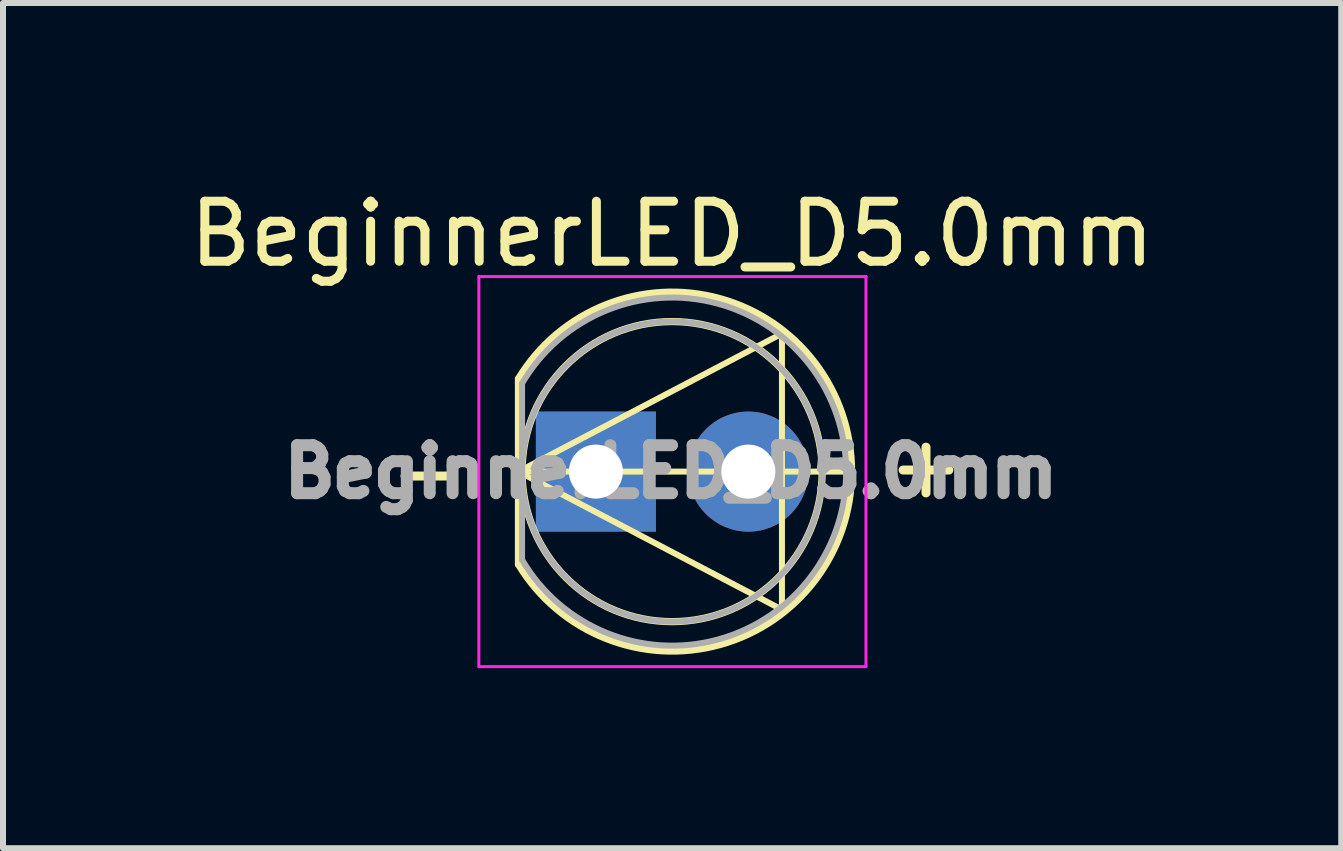
<source format=kicad_pcb>
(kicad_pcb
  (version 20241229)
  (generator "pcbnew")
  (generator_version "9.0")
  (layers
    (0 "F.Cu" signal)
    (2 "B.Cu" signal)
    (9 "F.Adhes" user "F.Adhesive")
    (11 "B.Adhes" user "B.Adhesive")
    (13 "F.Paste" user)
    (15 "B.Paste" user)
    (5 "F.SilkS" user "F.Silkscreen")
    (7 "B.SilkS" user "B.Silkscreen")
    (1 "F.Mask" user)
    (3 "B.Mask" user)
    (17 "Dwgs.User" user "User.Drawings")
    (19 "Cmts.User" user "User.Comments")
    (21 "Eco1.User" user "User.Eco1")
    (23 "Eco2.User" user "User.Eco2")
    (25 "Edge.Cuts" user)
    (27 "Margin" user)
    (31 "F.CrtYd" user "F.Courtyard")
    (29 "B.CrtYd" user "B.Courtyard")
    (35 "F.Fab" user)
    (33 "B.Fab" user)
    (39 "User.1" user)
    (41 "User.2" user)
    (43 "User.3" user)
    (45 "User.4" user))
  (footprint "BeginnerLED_D5.0mm"
    (layer "F.Cu")
    (at 6.879 4.808)
    (property "Reference" "BeginnerLED_D5.0mm" (at 1.27 -3.96 0) (layer "F.SilkS") (effects (font (size 1 1) (thickness 0.15))))
    (attr through_hole)
    (fp_line (start -1.29 -1.545) (end -1.29 1.545) (stroke (width 0.12) (type solid)) (layer "F.SilkS"))
    (fp_line (start -1.29 0) (end 3.1 -2.3) (stroke (width 0.1) (type default)) (layer "F.SilkS"))
    (fp_line (start 3.1 -2.3) (end 3.1 2.3) (stroke (width 0.1) (type default)) (layer "F.SilkS"))
    (fp_line (start 3.1 2.3) (end -1.29 0) (stroke (width 0.1) (type default)) (layer "F.SilkS"))
    (fp_line (start 4.26 -0.000462) (end -1.29 0) (stroke (width 0.1) (type default)) (layer "F.SilkS"))
    (fp_arc (start -1.29 -1.54483) (mid 2.072002 -2.880433) (end 4.26 0.000462) (stroke (width 0.12) (type solid)) (layer "F.SilkS"))
    (fp_arc (start 4.26 -0.000462) (mid 2.072002 2.880433) (end -1.29 1.54483) (stroke (width 0.12) (type solid)) (layer "F.SilkS"))
    (fp_circle (center 1.27 0) (end 3.77 0) (stroke (width 0.12) (type solid)) (fill no) (layer "F.SilkS"))
    (fp_line (start -1.95 -3.25) (end -1.95 3.25) (stroke (width 0.05) (type solid)) (layer "F.CrtYd"))
    (fp_line (start -1.95 3.25) (end 4.5 3.25) (stroke (width 0.05) (type solid)) (layer "F.CrtYd"))
    (fp_line (start 4.5 -3.25) (end -1.95 -3.25) (stroke (width 0.05) (type solid)) (layer "F.CrtYd"))
    (fp_line (start 4.5 3.25) (end 4.5 -3.25) (stroke (width 0.05) (type solid)) (layer "F.CrtYd"))
    (fp_line (start -1.23 -1.47) (end -1.23 1.47) (stroke (width 0.1) (type solid)) (layer "F.Fab"))
    (fp_arc (start -1.23 -1.469694) (mid 4.17 0.000016) (end -1.230016 1.469666) (stroke (width 0.1) (type solid)) (layer "F.Fab"))
    (fp_circle (center 1.27 0) (end 3.77 0) (stroke (width 0.1) (type solid)) (fill no) (layer "F.Fab"))
    (fp_text user "-" (at -2.8 0 0) (layer "F.SilkS") (effects (font (size 1 1) (thickness 0.15))))
    (fp_text user "+" (at 5.5 -0.1 0) (layer "F.SilkS") (effects (font (size 1 1) (thickness 0.15))))
    (fp_text user "${REFERENCE}" (at 1.25 0 0) (layer "F.Fab") (effects (font (size 0.8 0.8) (thickness 0.2))))
    (pad "1" thru_hole rect (at 0 0) (size 2 2) (drill 0.9) (layers "*.Cu" "*.Mask"))
    (pad "2" thru_hole circle (at 2.54 0) (size 2 2) (drill 0.9) (layers "*.Cu" "*.Mask")))
  (gr_rect
    (start -3 -3)
    (end 19.298 11.083)
    (stroke (width 0.1) (type default))
    (fill no)
    (layer "Edge.Cuts")))
</source>
